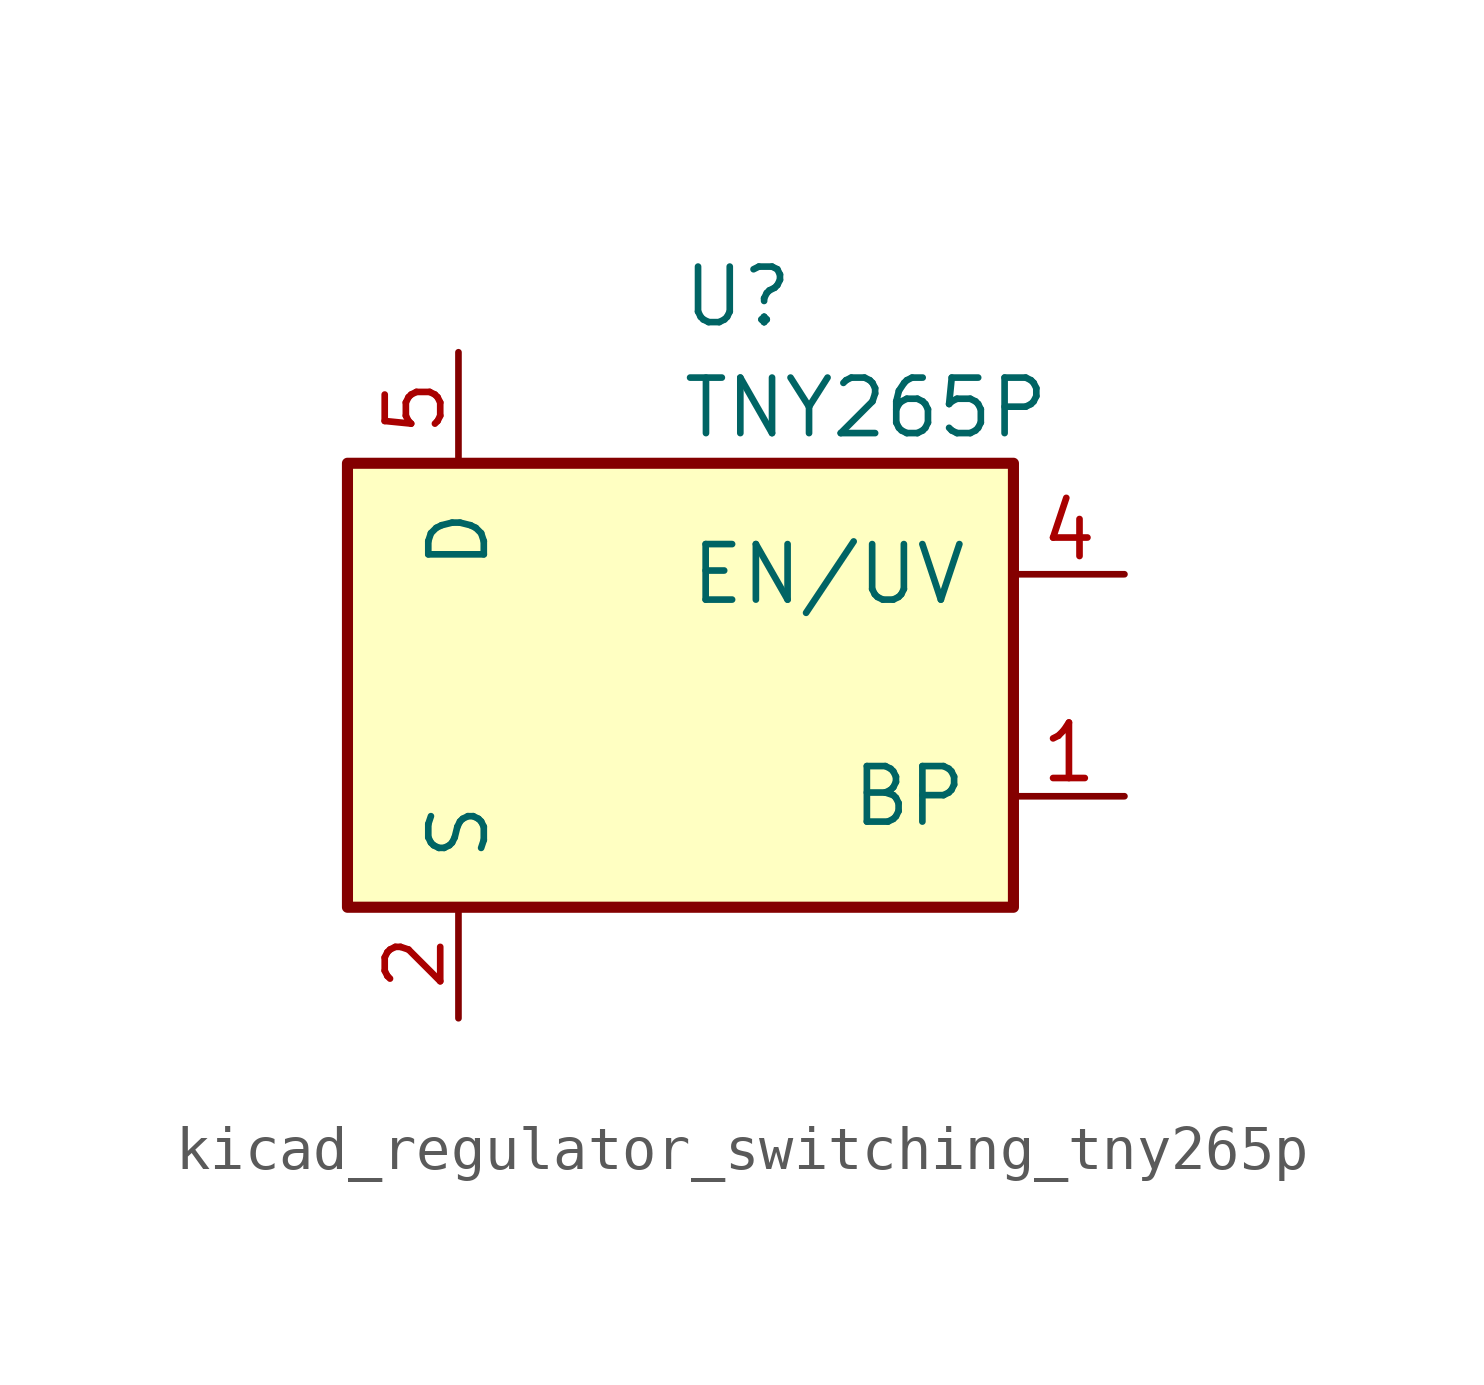
<source format=kicad_sym>
(kicad_symbol_lib
  (version 20220914)
  (generator kicad_symbol_editor)
  (symbol "kicad_regulator_switching_tny265p"
    (pin_names
      (offset 1.016))
    (property "Reference" "U"
      (at 0 8.89 0)
      (effects (font (size 1.27 1.27)) (justify left)))
    (property "Value" "TNY265P"
      (at 0 6.35 0)
      (effects (font (size 1.27 1.27)) (justify left)))
    (symbol "kicad_regulator_switching_tny265p_0_1"
      (rectangle (start -7.62 5.08) (end 7.62 -5.08) (stroke (width 0.254) (type default)) (fill (type background))))
    (symbol "kicad_regulator_switching_tny265p_1_1"
      (pin input line (at 10.16 -2.54 180) (length 2.54) (name "BP" (effects (font (size 1.27 1.27)))) (number "1" (effects (font (size 1.27 1.27)))))
      (pin power_in line (at -5.08 -7.62 90) (length 2.54) (name "S" (effects (font (size 1.27 1.27)))) (number "2" (effects (font (size 1.27 1.27)))))
      (pin passive line (at -5.08 -7.62 90) (length 2.54) hide (name "S" (effects (font (size 1.27 1.27)))) (number "3" (effects (font (size 1.27 1.27)))))
      (pin input line (at 10.16 2.54 180) (length 2.54) (name "EN/UV" (effects (font (size 1.27 1.27)))) (number "4" (effects (font (size 1.27 1.27)))))
      (pin open_collector line (at -5.08 7.62 270) (length 2.54) (name "D" (effects (font (size 1.27 1.27)))) (number "5" (effects (font (size 1.27 1.27)))))
      (pin passive line (at -5.08 -7.62 90) (length 2.54) hide (name "S" (effects (font (size 1.27 1.27)))) (number "7" (effects (font (size 1.27 1.27)))))
      (pin passive line (at -5.08 -7.62 90) (length 2.54) hide (name "S" (effects (font (size 1.27 1.27)))) (number "8" (effects (font (size 1.27 1.27))))))))
</source>
